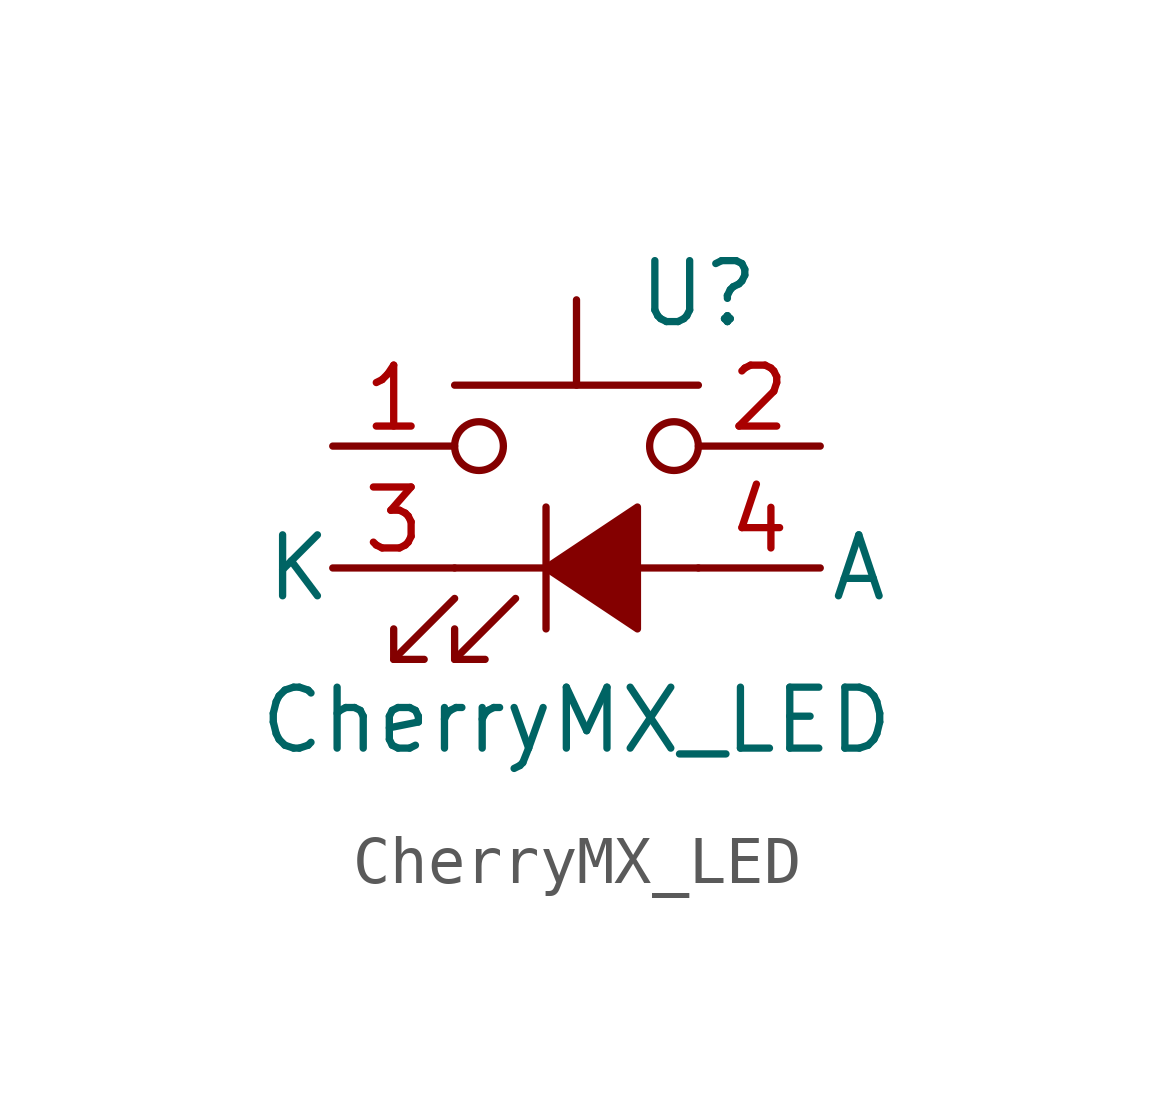
<source format=kicad_sym>
(kicad_symbol_lib
  (version 20211014)
  (generator kicad_symbol_editor)
  (symbol "CherryMX_LED"
    (pin_names
      (offset -3.988))
    (property "Reference" "U"
      (at 2.54 4.445 0)
      (effects (font (size 1.27 1.27))))
    (property "Value" "CherryMX_LED"
      (at 0 -4.445 0)
      (effects (font (size 1.27 1.27))))
    (symbol "CherryMX_LED_1_1"
      (circle (center -2.032 1.27) (radius 0.508) (stroke (width 0) (type default) (color 0 0 0 0)) (fill (type none)))
      (polyline (pts (xy -3.81 -3.175) (xy -2.54 -1.905)) (stroke (width 0) (type default) (color 0 0 0 0)) (fill (type none)))
      (polyline (pts (xy -2.54 -3.175) (xy -1.27 -1.905)) (stroke (width 0) (type default) (color 0 0 0 0)) (fill (type none)))
      (polyline (pts (xy -2.54 -1.27) (xy 2.54 -1.27)) (stroke (width 0) (type default) (color 0 0 0 0)) (fill (type none)))
      (polyline (pts (xy -0.635 0) (xy -0.635 -2.54)) (stroke (width 0) (type default) (color 0 0 0 0)) (fill (type none)))
      (polyline (pts (xy 0 2.54) (xy 0 4.318)) (stroke (width 0) (type default) (color 0 0 0 0)) (fill (type none)))
      (polyline (pts (xy 2.54 2.54) (xy -2.54 2.54)) (stroke (width 0) (type default) (color 0 0 0 0)) (fill (type none)))
      (polyline (pts (xy -3.81 -2.54) (xy -3.81 -3.175) (xy -3.175 -3.175)) (stroke (width 0) (type default) (color 0 0 0 0)) (fill (type none)))
      (polyline (pts (xy -2.54 -2.54) (xy -2.54 -3.175) (xy -1.905 -3.175)) (stroke (width 0) (type default) (color 0 0 0 0)) (fill (type none)))
      (polyline (pts (xy -0.635 -1.27) (xy 1.27 0) (xy 1.27 -2.54) (xy -0.635 -1.27)) (stroke (width 0) (type default) (color 0 0 0 0)) (fill (type outline)))
      (circle (center 2.032 1.27) (radius 0.508) (stroke (width 0) (type default) (color 0 0 0 0)) (fill (type none)))
      (pin passive line (at -5.08 1.27 0) (length 2.54) (name "~" (effects (font (size 1.27 1.27)))) (number "1" (effects (font (size 1.27 1.27)))))
      (pin passive line (at 5.08 1.27 180) (length 2.54) (name "~" (effects (font (size 1.27 1.27)))) (number "2" (effects (font (size 1.27 1.27)))))
      (pin passive line (at -5.08 -1.27 0) (length 2.54) (name "K" (effects (font (size 1.27 1.27)))) (number "3" (effects (font (size 1.27 1.27)))))
      (pin passive line (at 5.08 -1.27 180) (length 2.54) (name "A" (effects (font (size 1.27 1.27)))) (number "4" (effects (font (size 1.27 1.27))))))))
</source>
